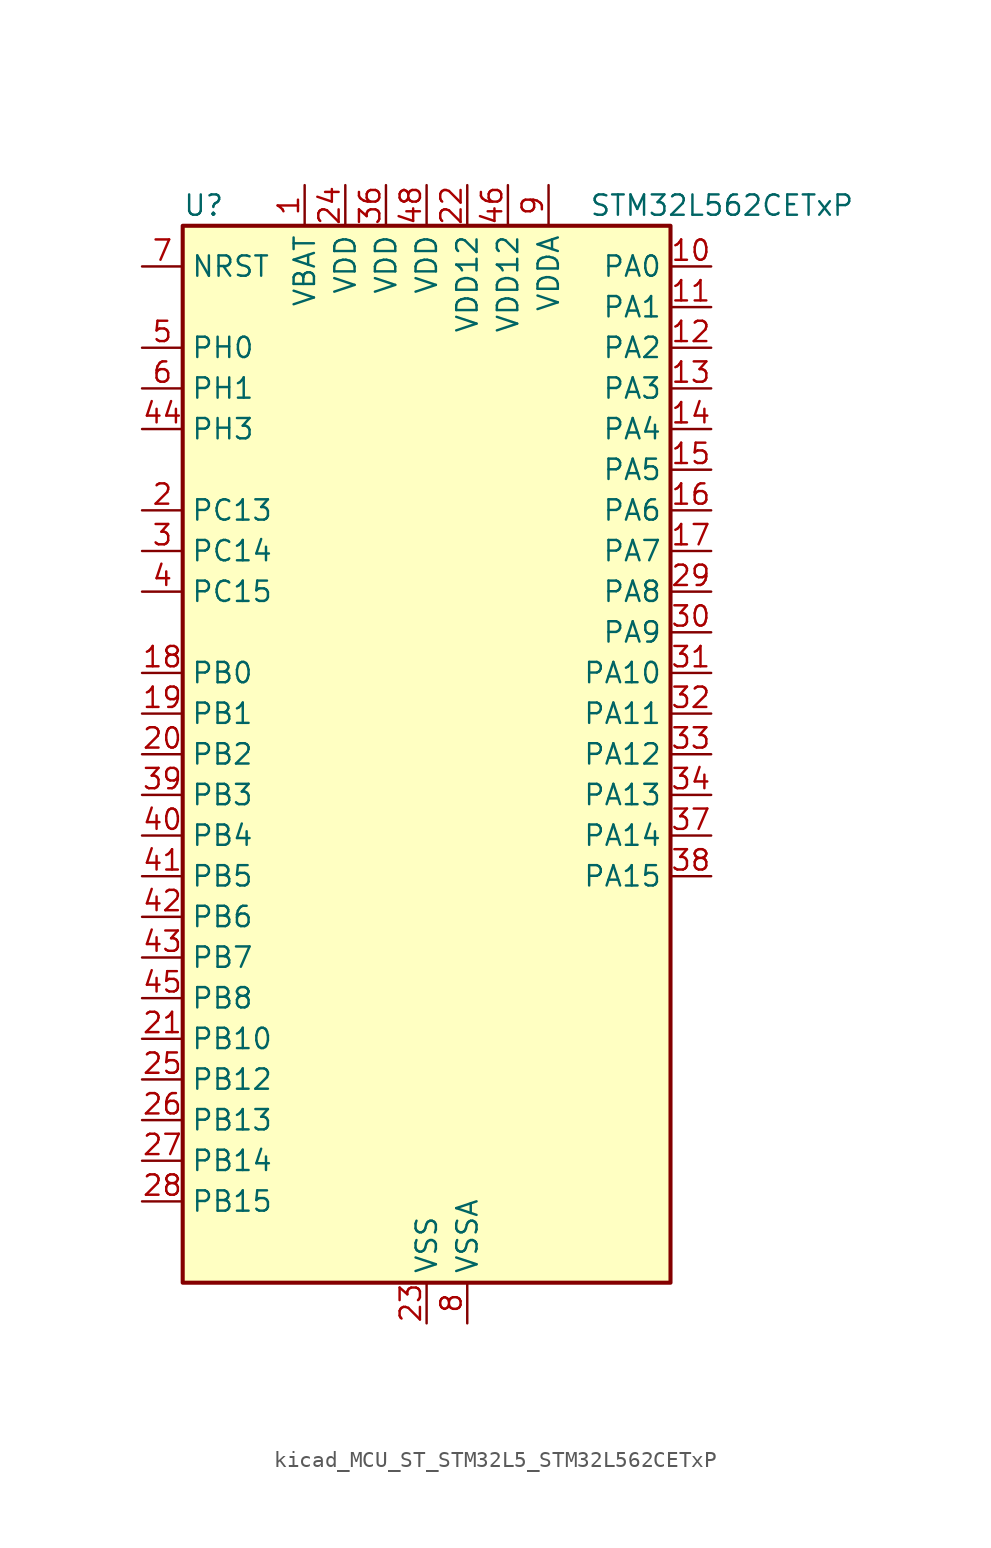
<source format=kicad_sym>
(kicad_symbol_lib
  (version 20220914)
  (generator kicad_symbol_editor)
  (symbol "kicad_MCU_ST_STM32L5_STM32L562CETxP"
    (property "Reference" "U"
      (at -15.24 34.29 0)
      (effects (font (size 1.27 1.27)) (justify left)))
    (property "Value" "STM32L562CETxP"
      (at 10.16 34.29 0)
      (effects (font (size 1.27 1.27)) (justify left)))
    (property "ki_locked" ""
      (at 0 0 0)
      (effects (font (size 1.27 1.27))))
    (symbol "kicad_MCU_ST_STM32L5_STM32L562CETxP_0_1"
      (rectangle (start -15.24 -33.02) (end 15.24 33.02) (stroke (width 0.254) (type default)) (fill (type background))))
    (symbol "kicad_MCU_ST_STM32L5_STM32L562CETxP_1_1"
      (pin power_in line (at -7.62 35.56 270) (length 2.54) (name "VBAT" (effects (font (size 1.27 1.27)))) (number "1" (effects (font (size 1.27 1.27)))))
      (pin bidirectional line (at 17.78 30.48 180) (length 2.54) (name "PA0" (effects (font (size 1.27 1.27)))) (number "10" (effects (font (size 1.27 1.27)))) (alternate "ADC1_IN5" bidirectional line) (alternate "ADC2_IN5" bidirectional line) (alternate "OPAMP1_VINP" bidirectional line) (alternate "PWR_WKUP1" bidirectional line) (alternate "SAI1_EXTCLK" bidirectional line) (alternate "TAMP_IN2" bidirectional line) (alternate "TAMP_OUT1" bidirectional line) (alternate "TIM2_CH1" bidirectional line) (alternate "TIM2_ETR" bidirectional line) (alternate "TIM5_CH1" bidirectional line) (alternate "TIM8_ETR" bidirectional line) (alternate "UART4_TX" bidirectional line) (alternate "USART2_CTS" bidirectional line) (alternate "USART2_NSS" bidirectional line))
      (pin bidirectional line (at 17.78 27.94 180) (length 2.54) (name "PA1" (effects (font (size 1.27 1.27)))) (number "11" (effects (font (size 1.27 1.27)))) (alternate "ADC1_IN6" bidirectional line) (alternate "ADC2_IN6" bidirectional line) (alternate "I2C1_SMBA" bidirectional line) (alternate "OCTOSPI1_DQS" bidirectional line) (alternate "OPAMP1_VINM" bidirectional line) (alternate "SPI1_SCK" bidirectional line) (alternate "TAMP_IN5" bidirectional line) (alternate "TAMP_OUT4" bidirectional line) (alternate "TIM15_CH1N" bidirectional line) (alternate "TIM2_CH2" bidirectional line) (alternate "TIM5_CH2" bidirectional line) (alternate "UART4_RX" bidirectional line) (alternate "USART2_DE" bidirectional line) (alternate "USART2_RTS" bidirectional line))
      (pin bidirectional line (at 17.78 25.4 180) (length 2.54) (name "PA2" (effects (font (size 1.27 1.27)))) (number "12" (effects (font (size 1.27 1.27)))) (alternate "ADC1_IN7" bidirectional line) (alternate "ADC2_IN7" bidirectional line) (alternate "COMP1_INP" bidirectional line) (alternate "LPUART1_TX" bidirectional line) (alternate "OCTOSPI1_NCS" bidirectional line) (alternate "PWR_WKUP4" bidirectional line) (alternate "RCC_LSCO" bidirectional line) (alternate "SAI2_EXTCLK" bidirectional line) (alternate "TIM15_CH1" bidirectional line) (alternate "TIM2_CH3" bidirectional line) (alternate "TIM5_CH3" bidirectional line) (alternate "UCPD1_FRSTX1" bidirectional line) (alternate "USART2_TX" bidirectional line))
      (pin bidirectional line (at 17.78 22.86 180) (length 2.54) (name "PA3" (effects (font (size 1.27 1.27)))) (number "13" (effects (font (size 1.27 1.27)))) (alternate "ADC1_IN8" bidirectional line) (alternate "ADC2_IN8" bidirectional line) (alternate "LPUART1_RX" bidirectional line) (alternate "OCTOSPI1_CLK" bidirectional line) (alternate "OPAMP1_VOUT" bidirectional line) (alternate "SAI1_CK1" bidirectional line) (alternate "SAI1_MCLK_A" bidirectional line) (alternate "TIM15_CH2" bidirectional line) (alternate "TIM2_CH4" bidirectional line) (alternate "TIM5_CH4" bidirectional line) (alternate "USART2_RX" bidirectional line))
      (pin bidirectional line (at 17.78 20.32 180) (length 2.54) (name "PA4" (effects (font (size 1.27 1.27)))) (number "14" (effects (font (size 1.27 1.27)))) (alternate "ADC1_IN9" bidirectional line) (alternate "ADC2_IN9" bidirectional line) (alternate "DAC1_OUT1" bidirectional line) (alternate "LPTIM2_OUT" bidirectional line) (alternate "OCTOSPI1_NCS" bidirectional line) (alternate "SAI1_FS_B" bidirectional line) (alternate "SPI1_NSS" bidirectional line) (alternate "SPI3_NSS" bidirectional line) (alternate "USART2_CK" bidirectional line))
      (pin bidirectional line (at 17.78 17.78 180) (length 2.54) (name "PA5" (effects (font (size 1.27 1.27)))) (number "15" (effects (font (size 1.27 1.27)))) (alternate "ADC1_IN10" bidirectional line) (alternate "ADC2_IN10" bidirectional line) (alternate "DAC1_OUT2" bidirectional line) (alternate "LPTIM2_ETR" bidirectional line) (alternate "SPI1_SCK" bidirectional line) (alternate "TIM2_CH1" bidirectional line) (alternate "TIM2_ETR" bidirectional line) (alternate "TIM8_CH1N" bidirectional line))
      (pin bidirectional line (at 17.78 15.24 180) (length 2.54) (name "PA6" (effects (font (size 1.27 1.27)))) (number "16" (effects (font (size 1.27 1.27)))) (alternate "ADC1_IN11" bidirectional line) (alternate "ADC2_IN11" bidirectional line) (alternate "LPUART1_CTS" bidirectional line) (alternate "OCTOSPI1_IO3" bidirectional line) (alternate "OPAMP2_VINP" bidirectional line) (alternate "SPI1_MISO" bidirectional line) (alternate "TIM16_CH1" bidirectional line) (alternate "TIM1_BKIN" bidirectional line) (alternate "TIM3_CH1" bidirectional line) (alternate "TIM8_BKIN" bidirectional line) (alternate "USART3_CTS" bidirectional line) (alternate "USART3_NSS" bidirectional line))
      (pin bidirectional line (at 17.78 12.7 180) (length 2.54) (name "PA7" (effects (font (size 1.27 1.27)))) (number "17" (effects (font (size 1.27 1.27)))) (alternate "ADC1_IN12" bidirectional line) (alternate "ADC2_IN12" bidirectional line) (alternate "I2C3_SCL" bidirectional line) (alternate "OCTOSPI1_IO2" bidirectional line) (alternate "OPAMP2_VINM" bidirectional line) (alternate "SPI1_MOSI" bidirectional line) (alternate "TIM17_CH1" bidirectional line) (alternate "TIM1_CH1N" bidirectional line) (alternate "TIM3_CH2" bidirectional line) (alternate "TIM8_CH1N" bidirectional line))
      (pin bidirectional line (at -17.78 5.08 0) (length 2.54) (name "PB0" (effects (font (size 1.27 1.27)))) (number "18" (effects (font (size 1.27 1.27)))) (alternate "ADC1_IN15" bidirectional line) (alternate "ADC2_IN15" bidirectional line) (alternate "COMP1_OUT" bidirectional line) (alternate "OCTOSPI1_IO1" bidirectional line) (alternate "OPAMP2_VOUT" bidirectional line) (alternate "SAI1_EXTCLK" bidirectional line) (alternate "SPI1_NSS" bidirectional line) (alternate "TIM1_CH2N" bidirectional line) (alternate "TIM3_CH3" bidirectional line) (alternate "TIM8_CH2N" bidirectional line) (alternate "USART3_CK" bidirectional line))
      (pin bidirectional line (at -17.78 2.54 0) (length 2.54) (name "PB1" (effects (font (size 1.27 1.27)))) (number "19" (effects (font (size 1.27 1.27)))) (alternate "ADC1_IN16" bidirectional line) (alternate "ADC2_IN16" bidirectional line) (alternate "COMP1_INM" bidirectional line) (alternate "DFSDM1_DATIN0" bidirectional line) (alternate "LPTIM2_IN1" bidirectional line) (alternate "LPUART1_DE" bidirectional line) (alternate "LPUART1_RTS" bidirectional line) (alternate "OCTOSPI1_IO0" bidirectional line) (alternate "TIM1_CH3N" bidirectional line) (alternate "TIM3_CH4" bidirectional line) (alternate "TIM8_CH3N" bidirectional line) (alternate "USART3_DE" bidirectional line) (alternate "USART3_RTS" bidirectional line))
      (pin bidirectional line (at -17.78 15.24 0) (length 2.54) (name "PC13" (effects (font (size 1.27 1.27)))) (number "2" (effects (font (size 1.27 1.27)))) (alternate "PWR_WKUP2" bidirectional line) (alternate "RTC_OUT1" bidirectional line) (alternate "RTC_TS" bidirectional line) (alternate "TAMP_IN1" bidirectional line) (alternate "TAMP_OUT2" bidirectional line))
      (pin bidirectional line (at -17.78 0 0) (length 2.54) (name "PB2" (effects (font (size 1.27 1.27)))) (number "20" (effects (font (size 1.27 1.27)))) (alternate "COMP1_INP" bidirectional line) (alternate "DFSDM1_CKIN0" bidirectional line) (alternate "I2C3_SMBA" bidirectional line) (alternate "LPTIM1_OUT" bidirectional line) (alternate "OCTOSPI1_DQS" bidirectional line) (alternate "RTC_OUT2" bidirectional line) (alternate "UCPD1_FRSTX1" bidirectional line))
      (pin bidirectional line (at -17.78 -17.78 0) (length 2.54) (name "PB10" (effects (font (size 1.27 1.27)))) (number "21" (effects (font (size 1.27 1.27)))) (alternate "COMP1_OUT" bidirectional line) (alternate "I2C2_SCL" bidirectional line) (alternate "I2C4_SCL" bidirectional line) (alternate "LPTIM3_OUT" bidirectional line) (alternate "LPUART1_RX" bidirectional line) (alternate "OCTOSPI1_CLK" bidirectional line) (alternate "SAI1_SCK_A" bidirectional line) (alternate "SPI2_SCK" bidirectional line) (alternate "TIM2_CH3" bidirectional line) (alternate "TSC_SYNC" bidirectional line) (alternate "USART3_TX" bidirectional line))
      (pin power_in line (at 2.54 35.56 270) (length 2.54) (name "VDD12" (effects (font (size 1.27 1.27)))) (number "22" (effects (font (size 1.27 1.27)))))
      (pin power_in line (at 0 -35.56 90) (length 2.54) (name "VSS" (effects (font (size 1.27 1.27)))) (number "23" (effects (font (size 1.27 1.27)))))
      (pin power_in line (at -5.08 35.56 270) (length 2.54) (name "VDD" (effects (font (size 1.27 1.27)))) (number "24" (effects (font (size 1.27 1.27)))))
      (pin bidirectional line (at -17.78 -20.32 0) (length 2.54) (name "PB12" (effects (font (size 1.27 1.27)))) (number "25" (effects (font (size 1.27 1.27)))) (alternate "DFSDM1_DATIN1" bidirectional line) (alternate "I2C2_SMBA" bidirectional line) (alternate "LPUART1_DE" bidirectional line) (alternate "LPUART1_RTS" bidirectional line) (alternate "OCTOSPI1_NCLK" bidirectional line) (alternate "SAI2_FS_A" bidirectional line) (alternate "SPI2_NSS" bidirectional line) (alternate "TIM15_BKIN" bidirectional line) (alternate "TIM1_BKIN" bidirectional line) (alternate "TSC_G1_IO1" bidirectional line) (alternate "USART3_CK" bidirectional line))
      (pin bidirectional line (at -17.78 -22.86 0) (length 2.54) (name "PB13" (effects (font (size 1.27 1.27)))) (number "26" (effects (font (size 1.27 1.27)))) (alternate "DFSDM1_CKIN1" bidirectional line) (alternate "I2C2_SCL" bidirectional line) (alternate "LPTIM3_IN1" bidirectional line) (alternate "LPUART1_CTS" bidirectional line) (alternate "SAI2_SCK_A" bidirectional line) (alternate "SPI2_SCK" bidirectional line) (alternate "TIM15_CH1N" bidirectional line) (alternate "TIM1_CH1N" bidirectional line) (alternate "TSC_G1_IO2" bidirectional line) (alternate "UCPD1_FRSTX2" bidirectional line) (alternate "USART3_CTS" bidirectional line) (alternate "USART3_NSS" bidirectional line))
      (pin bidirectional line (at -17.78 -25.4 0) (length 2.54) (name "PB14" (effects (font (size 1.27 1.27)))) (number "27" (effects (font (size 1.27 1.27)))) (alternate "DFSDM1_DATIN2" bidirectional line) (alternate "I2C2_SDA" bidirectional line) (alternate "LPTIM3_ETR" bidirectional line) (alternate "SAI2_MCLK_A" bidirectional line) (alternate "SPI2_MISO" bidirectional line) (alternate "TIM15_CH1" bidirectional line) (alternate "TIM1_CH2N" bidirectional line) (alternate "TIM8_CH2N" bidirectional line) (alternate "TSC_G1_IO3" bidirectional line) (alternate "UCPD1_DBCC2" bidirectional line) (alternate "USART3_DE" bidirectional line) (alternate "USART3_RTS" bidirectional line))
      (pin bidirectional line (at -17.78 -27.94 0) (length 2.54) (name "PB15" (effects (font (size 1.27 1.27)))) (number "28" (effects (font (size 1.27 1.27)))) (alternate "ADC1_EXTI15" bidirectional line) (alternate "ADC2_EXTI15" bidirectional line) (alternate "DFSDM1_CKIN2" bidirectional line) (alternate "RTC_REFIN" bidirectional line) (alternate "SAI2_SD_A" bidirectional line) (alternate "SPI2_MOSI" bidirectional line) (alternate "TIM15_CH2" bidirectional line) (alternate "TIM1_CH3N" bidirectional line) (alternate "TIM8_CH3N" bidirectional line) (alternate "UCPD1_CC2" bidirectional line))
      (pin bidirectional line (at 17.78 10.16 180) (length 2.54) (name "PA8" (effects (font (size 1.27 1.27)))) (number "29" (effects (font (size 1.27 1.27)))) (alternate "LPTIM2_OUT" bidirectional line) (alternate "RCC_MCO" bidirectional line) (alternate "SAI1_CK2" bidirectional line) (alternate "SAI1_SCK_A" bidirectional line) (alternate "TIM1_CH1" bidirectional line) (alternate "USART1_CK" bidirectional line))
      (pin bidirectional line (at -17.78 12.7 0) (length 2.54) (name "PC14" (effects (font (size 1.27 1.27)))) (number "3" (effects (font (size 1.27 1.27)))) (alternate "RCC_OSC32_IN" bidirectional line))
      (pin bidirectional line (at 17.78 7.62 180) (length 2.54) (name "PA9" (effects (font (size 1.27 1.27)))) (number "30" (effects (font (size 1.27 1.27)))) (alternate "DAC1_EXTI9" bidirectional line) (alternate "SAI1_FS_A" bidirectional line) (alternate "SPI2_SCK" bidirectional line) (alternate "TIM15_BKIN" bidirectional line) (alternate "TIM1_CH2" bidirectional line) (alternate "USART1_TX" bidirectional line))
      (pin bidirectional line (at 17.78 5.08 180) (length 2.54) (name "PA10" (effects (font (size 1.27 1.27)))) (number "31" (effects (font (size 1.27 1.27)))) (alternate "CRS_SYNC" bidirectional line) (alternate "SAI1_D1" bidirectional line) (alternate "SAI1_SD_A" bidirectional line) (alternate "TIM17_BKIN" bidirectional line) (alternate "TIM1_CH3" bidirectional line) (alternate "USART1_RX" bidirectional line))
      (pin bidirectional line (at 17.78 2.54 180) (length 2.54) (name "PA11" (effects (font (size 1.27 1.27)))) (number "32" (effects (font (size 1.27 1.27)))) (alternate "ADC1_EXTI11" bidirectional line) (alternate "ADC2_EXTI11" bidirectional line) (alternate "FDCAN1_RX" bidirectional line) (alternate "SPI1_MISO" bidirectional line) (alternate "TIM1_BKIN2" bidirectional line) (alternate "TIM1_CH4" bidirectional line) (alternate "USART1_CTS" bidirectional line) (alternate "USART1_NSS" bidirectional line) (alternate "USB_DM" bidirectional line))
      (pin bidirectional line (at 17.78 0 180) (length 2.54) (name "PA12" (effects (font (size 1.27 1.27)))) (number "33" (effects (font (size 1.27 1.27)))) (alternate "FDCAN1_TX" bidirectional line) (alternate "SPI1_MOSI" bidirectional line) (alternate "TIM1_ETR" bidirectional line) (alternate "USART1_DE" bidirectional line) (alternate "USART1_RTS" bidirectional line) (alternate "USB_DP" bidirectional line))
      (pin bidirectional line (at 17.78 -2.54 180) (length 2.54) (name "PA13" (effects (font (size 1.27 1.27)))) (number "34" (effects (font (size 1.27 1.27)))) (alternate "DEBUG_JTMS-SWDIO" bidirectional line) (alternate "IR_OUT" bidirectional line) (alternate "SAI1_SD_B" bidirectional line) (alternate "USB_NOE" bidirectional line))
      (pin passive line (at 0 -35.56 90) (length 2.54) hide (name "VSS" (effects (font (size 1.27 1.27)))) (number "35" (effects (font (size 1.27 1.27)))))
      (pin power_in line (at -2.54 35.56 270) (length 2.54) (name "VDD" (effects (font (size 1.27 1.27)))) (number "36" (effects (font (size 1.27 1.27)))))
      (pin bidirectional line (at 17.78 -5.08 180) (length 2.54) (name "PA14" (effects (font (size 1.27 1.27)))) (number "37" (effects (font (size 1.27 1.27)))) (alternate "DEBUG_JTCK-SWCLK" bidirectional line) (alternate "I2C1_SMBA" bidirectional line) (alternate "I2C4_SMBA" bidirectional line) (alternate "LPTIM1_OUT" bidirectional line) (alternate "SAI1_FS_B" bidirectional line))
      (pin bidirectional line (at 17.78 -7.62 180) (length 2.54) (name "PA15" (effects (font (size 1.27 1.27)))) (number "38" (effects (font (size 1.27 1.27)))) (alternate "ADC1_EXTI15" bidirectional line) (alternate "ADC2_EXTI15" bidirectional line) (alternate "DEBUG_JTDI" bidirectional line) (alternate "SAI2_FS_B" bidirectional line) (alternate "SPI1_NSS" bidirectional line) (alternate "SPI3_NSS" bidirectional line) (alternate "TIM2_CH1" bidirectional line) (alternate "TIM2_ETR" bidirectional line) (alternate "UART4_DE" bidirectional line) (alternate "UART4_RTS" bidirectional line) (alternate "UCPD1_CC1" bidirectional line) (alternate "USART2_RX" bidirectional line) (alternate "USART3_DE" bidirectional line) (alternate "USART3_RTS" bidirectional line))
      (pin bidirectional line (at -17.78 -2.54 0) (length 2.54) (name "PB3" (effects (font (size 1.27 1.27)))) (number "39" (effects (font (size 1.27 1.27)))) (alternate "COMP2_INM" bidirectional line) (alternate "CRS_SYNC" bidirectional line) (alternate "DEBUG_JTDO-SWO" bidirectional line) (alternate "SAI1_SCK_B" bidirectional line) (alternate "SPI1_SCK" bidirectional line) (alternate "SPI3_SCK" bidirectional line) (alternate "TIM2_CH2" bidirectional line) (alternate "USART1_DE" bidirectional line) (alternate "USART1_RTS" bidirectional line))
      (pin bidirectional line (at -17.78 10.16 0) (length 2.54) (name "PC15" (effects (font (size 1.27 1.27)))) (number "4" (effects (font (size 1.27 1.27)))) (alternate "ADC1_EXTI15" bidirectional line) (alternate "ADC2_EXTI15" bidirectional line) (alternate "RCC_OSC32_OUT" bidirectional line))
      (pin bidirectional line (at -17.78 -5.08 0) (length 2.54) (name "PB4" (effects (font (size 1.27 1.27)))) (number "40" (effects (font (size 1.27 1.27)))) (alternate "COMP2_INP" bidirectional line) (alternate "DEBUG_JTRST" bidirectional line) (alternate "I2C3_SDA" bidirectional line) (alternate "SAI1_MCLK_B" bidirectional line) (alternate "SPI1_MISO" bidirectional line) (alternate "SPI3_MISO" bidirectional line) (alternate "TIM17_BKIN" bidirectional line) (alternate "TIM3_CH1" bidirectional line) (alternate "TSC_G2_IO1" bidirectional line) (alternate "USART1_CTS" bidirectional line) (alternate "USART1_NSS" bidirectional line))
      (pin bidirectional line (at -17.78 -7.62 0) (length 2.54) (name "PB5" (effects (font (size 1.27 1.27)))) (number "41" (effects (font (size 1.27 1.27)))) (alternate "COMP2_OUT" bidirectional line) (alternate "I2C1_SMBA" bidirectional line) (alternate "LPTIM1_IN1" bidirectional line) (alternate "OCTOSPI1_NCLK" bidirectional line) (alternate "SAI1_SD_B" bidirectional line) (alternate "SPI1_MOSI" bidirectional line) (alternate "SPI3_MOSI" bidirectional line) (alternate "TIM16_BKIN" bidirectional line) (alternate "TIM3_CH2" bidirectional line) (alternate "TSC_G2_IO2" bidirectional line) (alternate "UCPD1_DBCC1" bidirectional line) (alternate "USART1_CK" bidirectional line))
      (pin bidirectional line (at -17.78 -10.16 0) (length 2.54) (name "PB6" (effects (font (size 1.27 1.27)))) (number "42" (effects (font (size 1.27 1.27)))) (alternate "COMP2_INP" bidirectional line) (alternate "I2C1_SCL" bidirectional line) (alternate "I2C4_SCL" bidirectional line) (alternate "LPTIM1_ETR" bidirectional line) (alternate "SAI1_FS_B" bidirectional line) (alternate "TIM16_CH1N" bidirectional line) (alternate "TIM4_CH1" bidirectional line) (alternate "TIM8_BKIN2" bidirectional line) (alternate "TSC_G2_IO3" bidirectional line) (alternate "USART1_TX" bidirectional line))
      (pin bidirectional line (at -17.78 -12.7 0) (length 2.54) (name "PB7" (effects (font (size 1.27 1.27)))) (number "43" (effects (font (size 1.27 1.27)))) (alternate "COMP2_INM" bidirectional line) (alternate "I2C1_SDA" bidirectional line) (alternate "I2C4_SDA" bidirectional line) (alternate "LPTIM1_IN2" bidirectional line) (alternate "PWR_PVD_IN" bidirectional line) (alternate "TIM17_CH1N" bidirectional line) (alternate "TIM4_CH2" bidirectional line) (alternate "TIM8_BKIN" bidirectional line) (alternate "TSC_G2_IO4" bidirectional line) (alternate "UART4_CTS" bidirectional line) (alternate "USART1_RX" bidirectional line))
      (pin bidirectional line (at -17.78 20.32 0) (length 2.54) (name "PH3" (effects (font (size 1.27 1.27)))) (number "44" (effects (font (size 1.27 1.27)))))
      (pin bidirectional line (at -17.78 -15.24 0) (length 2.54) (name "PB8" (effects (font (size 1.27 1.27)))) (number "45" (effects (font (size 1.27 1.27)))) (alternate "DFSDM1_CKOUT" bidirectional line) (alternate "FDCAN1_RX" bidirectional line) (alternate "I2C1_SCL" bidirectional line) (alternate "SAI1_CK1" bidirectional line) (alternate "SAI1_MCLK_A" bidirectional line) (alternate "TIM16_CH1" bidirectional line) (alternate "TIM4_CH3" bidirectional line))
      (pin power_in line (at 5.08 35.56 270) (length 2.54) (name "VDD12" (effects (font (size 1.27 1.27)))) (number "46" (effects (font (size 1.27 1.27)))))
      (pin passive line (at 0 -35.56 90) (length 2.54) hide (name "VSS" (effects (font (size 1.27 1.27)))) (number "47" (effects (font (size 1.27 1.27)))))
      (pin power_in line (at 0 35.56 270) (length 2.54) (name "VDD" (effects (font (size 1.27 1.27)))) (number "48" (effects (font (size 1.27 1.27)))))
      (pin bidirectional line (at -17.78 25.4 0) (length 2.54) (name "PH0" (effects (font (size 1.27 1.27)))) (number "5" (effects (font (size 1.27 1.27)))) (alternate "RCC_OSC_IN" bidirectional line))
      (pin bidirectional line (at -17.78 22.86 0) (length 2.54) (name "PH1" (effects (font (size 1.27 1.27)))) (number "6" (effects (font (size 1.27 1.27)))) (alternate "RCC_OSC_OUT" bidirectional line))
      (pin input line (at -17.78 30.48 0) (length 2.54) (name "NRST" (effects (font (size 1.27 1.27)))) (number "7" (effects (font (size 1.27 1.27)))))
      (pin power_in line (at 2.54 -35.56 90) (length 2.54) (name "VSSA" (effects (font (size 1.27 1.27)))) (number "8" (effects (font (size 1.27 1.27)))))
      (pin power_in line (at 7.62 35.56 270) (length 2.54) (name "VDDA" (effects (font (size 1.27 1.27)))) (number "9" (effects (font (size 1.27 1.27))))))))
</source>
